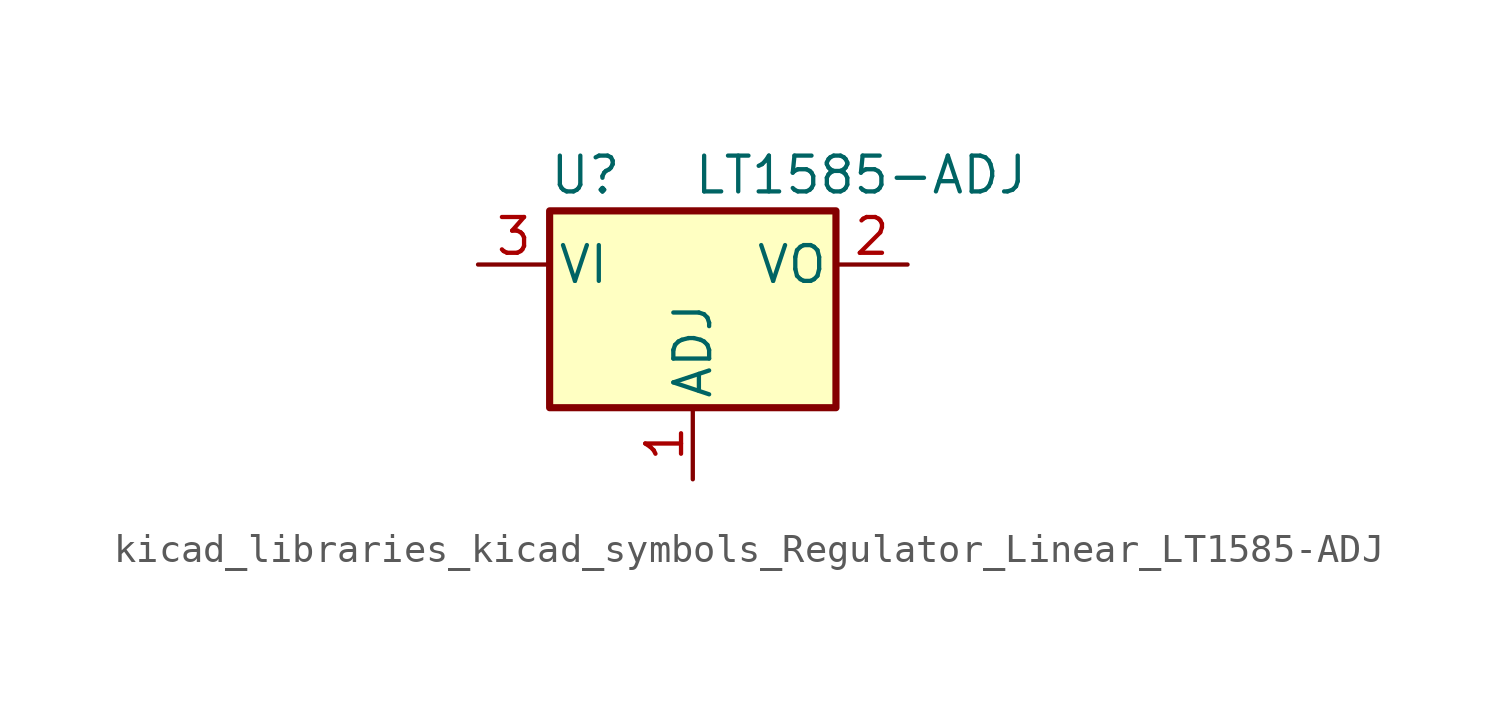
<source format=kicad_sym>
(kicad_symbol_lib
  (version 20220914)
  (generator kicad_symbol_editor)
  (symbol "kicad_libraries_kicad_symbols_Regulator_Linear_LT1585-ADJ"
    (pin_names
      (offset 0.254))
    (property "Reference" "U"
      (at -3.81 3.175 0)
      (effects (font (size 1.27 1.27))))
    (property "Value" "LT1585-ADJ"
      (at 0 3.175 0)
      (effects (font (size 1.27 1.27)) (justify left)))
    (symbol "kicad_libraries_kicad_symbols_Regulator_Linear_LT1585-ADJ_0_1"
      (rectangle (start -5.08 -5.08) (end 5.08 1.905) (stroke (width 0.254) (type default)) (fill (type background))))
    (symbol "kicad_libraries_kicad_symbols_Regulator_Linear_LT1585-ADJ_1_1"
      (pin input line (at 0 -7.62 90) (length 2.54) (name "ADJ" (effects (font (size 1.27 1.27)))) (number "1" (effects (font (size 1.27 1.27)))))
      (pin power_out line (at 7.62 0 180) (length 2.54) (name "VO" (effects (font (size 1.27 1.27)))) (number "2" (effects (font (size 1.27 1.27)))))
      (pin power_in line (at -7.62 0 0) (length 2.54) (name "VI" (effects (font (size 1.27 1.27)))) (number "3" (effects (font (size 1.27 1.27))))))))
</source>
